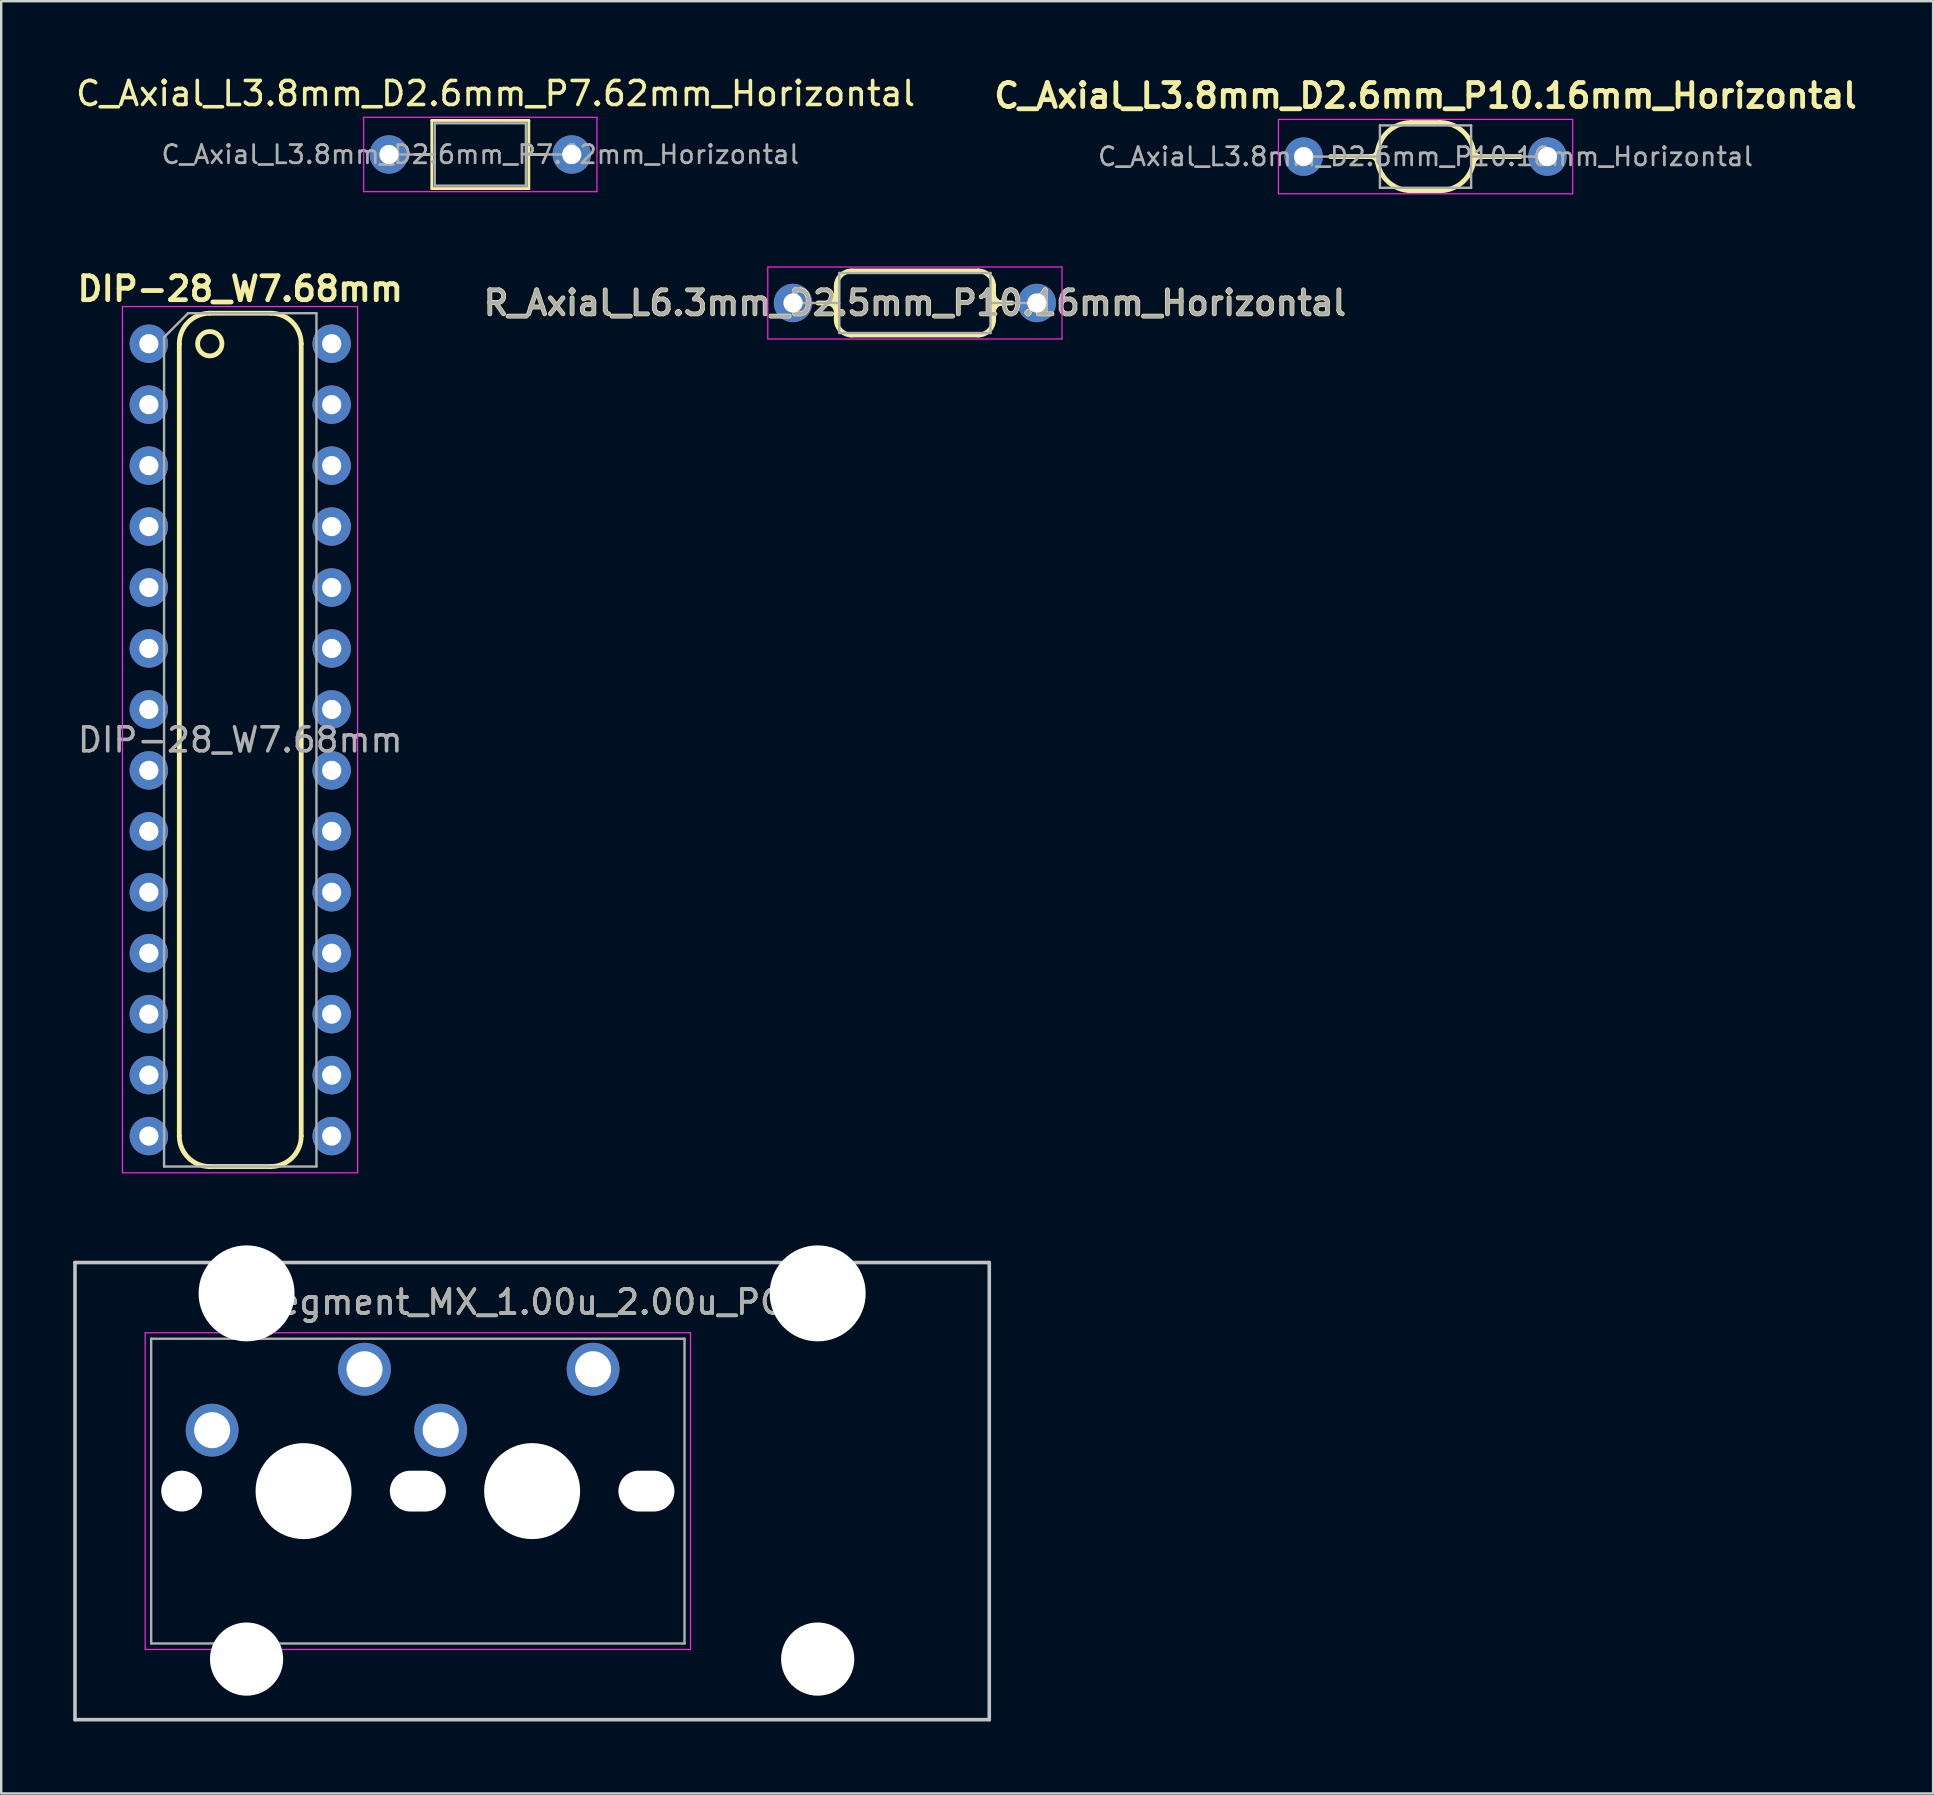
<source format=kicad_pcb>
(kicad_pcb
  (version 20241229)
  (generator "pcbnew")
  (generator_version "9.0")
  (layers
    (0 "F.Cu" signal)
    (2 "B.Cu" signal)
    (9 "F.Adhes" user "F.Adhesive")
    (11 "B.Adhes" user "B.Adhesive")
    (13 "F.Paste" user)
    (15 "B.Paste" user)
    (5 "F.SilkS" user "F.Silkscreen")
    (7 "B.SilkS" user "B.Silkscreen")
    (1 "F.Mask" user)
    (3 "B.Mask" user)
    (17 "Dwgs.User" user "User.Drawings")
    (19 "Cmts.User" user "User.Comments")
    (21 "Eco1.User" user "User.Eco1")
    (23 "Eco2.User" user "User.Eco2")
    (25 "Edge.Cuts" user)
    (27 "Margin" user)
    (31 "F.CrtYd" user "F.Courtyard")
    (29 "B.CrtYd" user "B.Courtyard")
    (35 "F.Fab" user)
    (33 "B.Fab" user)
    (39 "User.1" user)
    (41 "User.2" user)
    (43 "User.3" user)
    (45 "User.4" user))
  (footprint "DIP-28_W7.68mm"
    (layer "F.Cu")
    (at 3.152 11.273)
    (property "Reference" "DIP-28_W7.68mm" (at 3.81 -2.286 0) (unlocked yes) (layer "F.SilkS") (effects (font (size 1 1) (thickness 0.2))))
    (attr through_hole)
    (fp_line (start 1.27 33.02) (end 1.27 0) (stroke (width 0.2) (type solid)) (layer "F.SilkS"))
    (fp_line (start 2.54 -1.27) (end 5.08 -1.27) (stroke (width 0.2) (type solid)) (layer "F.SilkS"))
    (fp_line (start 5.08 34.29) (end 2.54 34.29) (stroke (width 0.2) (type solid)) (layer "F.SilkS"))
    (fp_line (start 6.35 0) (end 6.35 33.02) (stroke (width 0.2) (type solid)) (layer "F.SilkS"))
    (fp_arc (start 1.27 0) (mid 1.641974 -0.898026) (end 2.54 -1.27) (stroke (width 0.2) (type solid)) (layer "F.SilkS"))
    (fp_arc (start 2.54 34.29) (mid 1.641974 33.918026) (end 1.27 33.02) (stroke (width 0.2) (type solid)) (layer "F.SilkS"))
    (fp_arc (start 5.08 -1.27) (mid 5.978026 -0.898026) (end 6.35 0) (stroke (width 0.2) (type solid)) (layer "F.SilkS"))
    (fp_arc (start 6.35 33.02) (mid 5.978026 33.918026) (end 5.08 34.29) (stroke (width 0.2) (type solid)) (layer "F.SilkS"))
    (fp_circle (center 2.54 0) (end 2.54 -0.508) (stroke (width 0.2) (type solid)) (fill no) (layer "F.SilkS"))
    (fp_line (start -1.1 -1.55) (end -1.1 34.55) (stroke (width 0.05) (type solid)) (layer "F.CrtYd"))
    (fp_line (start -1.1 34.55) (end 8.7 34.55) (stroke (width 0.05) (type solid)) (layer "F.CrtYd"))
    (fp_line (start 8.7 -1.55) (end -1.1 -1.55) (stroke (width 0.05) (type solid)) (layer "F.CrtYd"))
    (fp_line (start 8.7 34.55) (end 8.7 -1.55) (stroke (width 0.05) (type solid)) (layer "F.CrtYd"))
    (fp_line (start 0.635 -0.27) (end 1.635 -1.27) (stroke (width 0.1) (type solid)) (layer "F.Fab"))
    (fp_line (start 0.635 34.29) (end 0.635 -0.27) (stroke (width 0.1) (type solid)) (layer "F.Fab"))
    (fp_line (start 1.635 -1.27) (end 6.985 -1.27) (stroke (width 0.1) (type solid)) (layer "F.Fab"))
    (fp_line (start 6.985 -1.27) (end 6.985 34.29) (stroke (width 0.1) (type solid)) (layer "F.Fab"))
    (fp_line (start 6.985 34.29) (end 0.635 34.29) (stroke (width 0.1) (type solid)) (layer "F.Fab"))
    (fp_text user "${REFERENCE}" (at 3.81 16.51 0) (layer "F.Fab") (effects (font (size 1 1) (thickness 0.15))))
    (pad "1" thru_hole circle (at 0 0) (size 1.6 1.6) (drill 0.8) (layers "*.Cu" "*.Mask"))
    (pad "2" thru_hole oval (at 0 2.54) (size 1.6 1.6) (drill 0.8) (layers "*.Cu" "*.Mask"))
    (pad "3" thru_hole oval (at 0 5.08) (size 1.6 1.6) (drill 0.8) (layers "*.Cu" "*.Mask"))
    (pad "4" thru_hole oval (at 0 7.62) (size 1.6 1.6) (drill 0.8) (layers "*.Cu" "*.Mask"))
    (pad "5" thru_hole oval (at 0 10.16) (size 1.6 1.6) (drill 0.8) (layers "*.Cu" "*.Mask"))
    (pad "6" thru_hole oval (at 0 12.7) (size 1.6 1.6) (drill 0.8) (layers "*.Cu" "*.Mask"))
    (pad "7" thru_hole oval (at 0 15.24) (size 1.6 1.6) (drill 0.8) (layers "*.Cu" "*.Mask"))
    (pad "8" thru_hole oval (at 0 17.78) (size 1.6 1.6) (drill 0.8) (layers "*.Cu" "*.Mask"))
    (pad "9" thru_hole oval (at 0 20.32) (size 1.6 1.6) (drill 0.8) (layers "*.Cu" "*.Mask"))
    (pad "10" thru_hole oval (at 0 22.86) (size 1.6 1.6) (drill 0.8) (layers "*.Cu" "*.Mask"))
    (pad "11" thru_hole oval (at 0 25.4) (size 1.6 1.6) (drill 0.8) (layers "*.Cu" "*.Mask"))
    (pad "12" thru_hole oval (at 0 27.94) (size 1.6 1.6) (drill 0.8) (layers "*.Cu" "*.Mask"))
    (pad "13" thru_hole oval (at 0 30.48) (size 1.6 1.6) (drill 0.8) (layers "*.Cu" "*.Mask"))
    (pad "14" thru_hole oval (at 0 33.02) (size 1.6 1.6) (drill 0.8) (layers "*.Cu" "*.Mask"))
    (pad "15" thru_hole oval (at 7.62 33.02) (size 1.6 1.6) (drill 0.8) (layers "*.Cu" "*.Mask"))
    (pad "16" thru_hole oval (at 7.62 30.48) (size 1.6 1.6) (drill 0.8) (layers "*.Cu" "*.Mask"))
    (pad "17" thru_hole oval (at 7.62 27.94) (size 1.6 1.6) (drill 0.8) (layers "*.Cu" "*.Mask"))
    (pad "18" thru_hole oval (at 7.62 25.4) (size 1.6 1.6) (drill 0.8) (layers "*.Cu" "*.Mask"))
    (pad "19" thru_hole oval (at 7.62 22.86) (size 1.6 1.6) (drill 0.8) (layers "*.Cu" "*.Mask"))
    (pad "20" thru_hole oval (at 7.62 20.32) (size 1.6 1.6) (drill 0.8) (layers "*.Cu" "*.Mask"))
    (pad "21" thru_hole oval (at 7.62 17.78) (size 1.6 1.6) (drill 0.8) (layers "*.Cu" "*.Mask"))
    (pad "22" thru_hole oval (at 7.62 15.24) (size 1.6 1.6) (drill 0.8) (layers "*.Cu" "*.Mask"))
    (pad "23" thru_hole oval (at 7.62 12.7) (size 1.6 1.6) (drill 0.8) (layers "*.Cu" "*.Mask"))
    (pad "24" thru_hole oval (at 7.62 10.16) (size 1.6 1.6) (drill 0.8) (layers "*.Cu" "*.Mask"))
    (pad "25" thru_hole oval (at 7.62 7.62) (size 1.6 1.6) (drill 0.8) (layers "*.Cu" "*.Mask"))
    (pad "26" thru_hole oval (at 7.62 5.08) (size 1.6 1.6) (drill 0.8) (layers "*.Cu" "*.Mask"))
    (pad "27" thru_hole oval (at 7.62 2.54) (size 1.6 1.6) (drill 0.8) (layers "*.Cu" "*.Mask"))
    (pad "28" thru_hole oval (at 7.62 0) (size 1.6 1.6) (drill 0.8) (layers "*.Cu" "*.Mask")))
  (footprint "C_Axial_L3.8mm_D2.6mm_P7.62mm_Horizontal"
    (layer "F.Cu")
    (at 16.966 3.388)
    (property "Reference" "C_Axial_L3.8mm_D2.6mm_P7.62mm_Horizontal" (at 0.635 -2.54 0) (layer "F.SilkS") (effects (font (size 1 1) (thickness 0.15))))
    (attr through_hole)
    (fp_line (start -2.71 0) (end -2.02 0) (stroke (width 0.12) (type solid)) (layer "F.SilkS"))
    (fp_line (start -2.02 -1.42) (end -2.02 1.42) (stroke (width 0.12) (type solid)) (layer "F.SilkS"))
    (fp_line (start -2.02 1.42) (end 2.02 1.42) (stroke (width 0.12) (type solid)) (layer "F.SilkS"))
    (fp_line (start 2.02 -1.42) (end -2.02 -1.42) (stroke (width 0.12) (type solid)) (layer "F.SilkS"))
    (fp_line (start 2.02 1.42) (end 2.02 -1.42) (stroke (width 0.12) (type solid)) (layer "F.SilkS"))
    (fp_line (start 2.71 0) (end 2.02 0) (stroke (width 0.12) (type solid)) (layer "F.SilkS"))
    (fp_line (start -4.86 -1.55) (end -4.86 1.55) (stroke (width 0.05) (type solid)) (layer "F.CrtYd"))
    (fp_line (start -4.86 1.55) (end 4.86 1.55) (stroke (width 0.05) (type solid)) (layer "F.CrtYd"))
    (fp_line (start 4.86 -1.55) (end -4.86 -1.55) (stroke (width 0.05) (type solid)) (layer "F.CrtYd"))
    (fp_line (start 4.86 1.55) (end 4.86 -1.55) (stroke (width 0.05) (type solid)) (layer "F.CrtYd"))
    (fp_line (start -3.75 0) (end -1.9 0) (stroke (width 0.1) (type solid)) (layer "F.Fab"))
    (fp_line (start -1.9 -1.3) (end -1.9 1.3) (stroke (width 0.1) (type solid)) (layer "F.Fab"))
    (fp_line (start -1.9 1.3) (end 1.9 1.3) (stroke (width 0.1) (type solid)) (layer "F.Fab"))
    (fp_line (start 1.9 -1.3) (end -1.9 -1.3) (stroke (width 0.1) (type solid)) (layer "F.Fab"))
    (fp_line (start 1.9 1.3) (end 1.9 -1.3) (stroke (width 0.1) (type solid)) (layer "F.Fab"))
    (fp_line (start 3.75 0) (end 1.9 0) (stroke (width 0.1) (type solid)) (layer "F.Fab"))
    (fp_text user "${REFERENCE}" (at 0 0 0) (layer "F.Fab") (effects (font (size 0.76 0.76) (thickness 0.114))))
    (pad "1" thru_hole circle (at -3.81 0) (size 1.6 1.6) (drill 0.8) (layers "*.Cu" "*.Mask"))
    (pad "2" thru_hole oval (at 3.81 0) (size 1.6 1.6) (drill 0.8) (layers "*.Cu" "*.Mask")))
  (footprint "R_Axial_L6.3mm_D2.5mm_P10.16mm_Horizontal"
    (layer "F.Cu")
    (at 29.996 9.576)
    (property "Reference" "R_Axial_L6.3mm_D2.5mm_P10.16mm_Horizontal" (at 5.08 0 0) (unlocked yes) (layer "F.SilkS") (effects (font (size 1 1) (thickness 0.2))))
    (attr through_hole)
    (fp_line (start 1.04 0) (end 1.803 0) (stroke (width 0.2) (type solid)) (layer "F.SilkS"))
    (fp_line (start 1.803 -0.7) (end 1.803 0.7) (stroke (width 0.2) (type solid)) (layer "F.SilkS"))
    (fp_line (start 2.438 1.335) (end 7.722 1.335) (stroke (width 0.2) (type solid)) (layer "F.SilkS"))
    (fp_line (start 7.722 -1.335) (end 2.438 -1.335) (stroke (width 0.2) (type solid)) (layer "F.SilkS"))
    (fp_line (start 8.357 -0.733) (end 8.357 0.737) (stroke (width 0.2) (type solid)) (layer "F.SilkS"))
    (fp_line (start 8.357 0.7) (end 8.357 -0.7) (stroke (width 0.2) (type solid)) (layer "F.SilkS"))
    (fp_line (start 9.12 0) (end 8.382 0) (stroke (width 0.2) (type solid)) (layer "F.SilkS"))
    (fp_arc (start 1.4217 0) (mid 1.691108 0.111592) (end 1.8027 0.381) (stroke (width 0.2) (type solid)) (layer "F.SilkS"))
    (fp_arc (start 1.549402 0) (mid 1.729007 0.074395) (end 1.803402 0.254) (stroke (width 0.2) (type solid)) (layer "F.SilkS"))
    (fp_arc (start 1.8027 -0.7) (mid 1.988687 -1.149013) (end 2.4377 -1.335) (stroke (width 0.2) (type solid)) (layer "F.SilkS"))
    (fp_arc (start 1.8027 -0.381) (mid 1.691108 -0.111592) (end 1.4217 0) (stroke (width 0.2) (type solid)) (layer "F.SilkS"))
    (fp_arc (start 1.8034 -0.254) (mid 1.729005 -0.074395) (end 1.5494 0) (stroke (width 0.2) (type solid)) (layer "F.SilkS"))
    (fp_arc (start 2.4377 1.335) (mid 1.988687 1.149013) (end 1.8027 0.7) (stroke (width 0.2) (type solid)) (layer "F.SilkS"))
    (fp_arc (start 7.7216 -1.335) (mid 8.170613 -1.149013) (end 8.3566 -0.7) (stroke (width 0.2) (type solid)) (layer "F.SilkS"))
    (fp_arc (start 8.3566 0.254) (mid 8.430995 0.074395) (end 8.6106 0) (stroke (width 0.2) (type solid)) (layer "F.SilkS"))
    (fp_arc (start 8.3566 0.381) (mid 8.468192 0.111592) (end 8.7376 0) (stroke (width 0.2) (type solid)) (layer "F.SilkS"))
    (fp_arc (start 8.3566 0.7) (mid 8.170613 1.149013) (end 7.7216 1.335) (stroke (width 0.2) (type solid)) (layer "F.SilkS"))
    (fp_arc (start 8.610598 0) (mid 8.430993 -0.074395) (end 8.356598 -0.254) (stroke (width 0.2) (type solid)) (layer "F.SilkS"))
    (fp_arc (start 8.7376 0) (mid 8.468192 -0.111592) (end 8.3566 -0.381) (stroke (width 0.2) (type solid)) (layer "F.SilkS"))
    (fp_line (start -1.05 -1.5) (end -1.05 1.5) (stroke (width 0.05) (type solid)) (layer "F.CrtYd"))
    (fp_line (start -1.05 1.5) (end 11.21 1.5) (stroke (width 0.05) (type solid)) (layer "F.CrtYd"))
    (fp_line (start 11.21 -1.5) (end -1.05 -1.5) (stroke (width 0.05) (type solid)) (layer "F.CrtYd"))
    (fp_line (start 11.21 1.5) (end 11.21 -1.5) (stroke (width 0.05) (type solid)) (layer "F.CrtYd"))
    (fp_line (start 0 0) (end 1.93 0) (stroke (width 0.1) (type solid)) (layer "F.Fab"))
    (fp_line (start 1.93 -1.25) (end 1.93 1.25) (stroke (width 0.1) (type solid)) (layer "F.Fab"))
    (fp_line (start 1.93 1.25) (end 8.23 1.25) (stroke (width 0.1) (type solid)) (layer "F.Fab"))
    (fp_line (start 8.23 -1.25) (end 1.93 -1.25) (stroke (width 0.1) (type solid)) (layer "F.Fab"))
    (fp_line (start 8.23 1.25) (end 8.23 -1.25) (stroke (width 0.1) (type solid)) (layer "F.Fab"))
    (fp_line (start 10.16 0) (end 8.23 0) (stroke (width 0.1) (type solid)) (layer "F.Fab"))
    (fp_text user "${REFERENCE}" (at 5.08 0 0) (layer "F.Fab") (effects (font (size 1 1) (thickness 0.15))))
    (pad "1" thru_hole circle (at 0 0) (size 1.6 1.6) (drill 0.8) (layers "*.Cu" "*.Mask"))
    (pad "2" thru_hole oval (at 10.16 0) (size 1.6 1.6) (drill 0.8) (layers "*.Cu" "*.Mask")))
  (footprint "C_Axial_L3.8mm_D2.6mm_P10.16mm_Horizontal"
    (layer "F.Cu")
    (at 56.355 3.476)
    (property "Reference" "C_Axial_L3.8mm_D2.6mm_P10.16mm_Horizontal" (at 0 -2.54 0) (layer "F.SilkS") (effects (font (size 1 1) (thickness 0.2))))
    (attr through_hole)
    (fp_line (start -3.96 0) (end -2.02 0) (stroke (width 0.2) (type solid)) (layer "F.SilkS"))
    (fp_line (start -0.6 -1.42) (end 0.6 -1.42) (stroke (width 0.2) (type solid)) (layer "F.SilkS"))
    (fp_line (start -0.6 1.42) (end 0.6 1.42) (stroke (width 0.2) (type solid)) (layer "F.SilkS"))
    (fp_line (start 3.96 0) (end 2.02 0) (stroke (width 0.2) (type solid)) (layer "F.SilkS"))
    (fp_arc (start -2.286 0) (mid -2.102495 0.064633) (end -2 0.23) (stroke (width 0.2) (type solid)) (layer "F.SilkS"))
    (fp_arc (start -2.02 0) (mid -1.604092 -1.004092) (end -0.6 -1.42) (stroke (width 0.2) (type solid)) (layer "F.SilkS"))
    (fp_arc (start -2 -0.23) (mid -2.102514 -0.064656) (end -2.286 0) (stroke (width 0.2) (type solid)) (layer "F.SilkS"))
    (fp_arc (start -0.6 1.42) (mid -1.604092 1.004092) (end -2.02 0) (stroke (width 0.2) (type solid)) (layer "F.SilkS"))
    (fp_arc (start 0.6 -1.42) (mid 1.604092 -1.004092) (end 2.02 0) (stroke (width 0.2) (type solid)) (layer "F.SilkS"))
    (fp_arc (start 2 0.23) (mid 2.102514 0.064656) (end 2.286 0) (stroke (width 0.2) (type solid)) (layer "F.SilkS"))
    (fp_arc (start 2.02 0) (mid 1.604092 1.004092) (end 0.6 1.42) (stroke (width 0.2) (type solid)) (layer "F.SilkS"))
    (fp_arc (start 2.286 0) (mid 2.102495 -0.064633) (end 2 -0.23) (stroke (width 0.2) (type solid)) (layer "F.SilkS"))
    (fp_line (start -6.13 -1.55) (end -6.13 1.55) (stroke (width 0.05) (type solid)) (layer "F.CrtYd"))
    (fp_line (start -6.13 1.55) (end 6.13 1.55) (stroke (width 0.05) (type solid)) (layer "F.CrtYd"))
    (fp_line (start 6.13 -1.55) (end -6.13 -1.55) (stroke (width 0.05) (type solid)) (layer "F.CrtYd"))
    (fp_line (start 6.13 1.55) (end 6.13 -1.55) (stroke (width 0.05) (type solid)) (layer "F.CrtYd"))
    (fp_line (start -5 0) (end -1.9 0) (stroke (width 0.1) (type solid)) (layer "F.Fab"))
    (fp_line (start -1.9 -1.3) (end -1.9 1.3) (stroke (width 0.1) (type solid)) (layer "F.Fab"))
    (fp_line (start -1.9 1.3) (end 1.9 1.3) (stroke (width 0.1) (type solid)) (layer "F.Fab"))
    (fp_line (start 1.9 -1.3) (end -1.9 -1.3) (stroke (width 0.1) (type solid)) (layer "F.Fab"))
    (fp_line (start 1.9 1.3) (end 1.9 -1.3) (stroke (width 0.1) (type solid)) (layer "F.Fab"))
    (fp_line (start 5 0) (end 1.9 0) (stroke (width 0.1) (type solid)) (layer "F.Fab"))
    (fp_text user "${REFERENCE}" (at 0 0 0) (layer "F.Fab") (effects (font (size 0.76 0.76) (thickness 0.114))))
    (pad "1" thru_hole circle (at -5.08 0) (size 1.6 1.6) (drill 0.8) (layers "*.Cu" "*.Mask"))
    (pad "2" thru_hole oval (at 5.08 0) (size 1.6 1.6) (drill 0.8) (layers "*.Cu" "*.Mask")))
  (footprint "Segment_MX_1.00u_2.00u_PCB"
    (layer "F.Cu")
    (at 9.6 59.088)
    (property "Reference" "Segment_MX_1.00u_2.00u_PCB" (at 9.525 -7.874 0) (layer "F.SilkS") (effects (font (size 1 1) (thickness 0.15))))
    (attr through_hole)
    (fp_line (start -9.525 -9.525) (end 28.575 -9.525) (stroke (width 0.15) (type solid)) (layer "Dwgs.User"))
    (fp_line (start -9.525 9.525) (end -9.525 -9.525) (stroke (width 0.15) (type solid)) (layer "Dwgs.User"))
    (fp_line (start 28.575 -9.525) (end 28.575 9.525) (stroke (width 0.15) (type solid)) (layer "Dwgs.User"))
    (fp_line (start 28.575 9.525) (end -9.525 9.525) (stroke (width 0.15) (type solid)) (layer "Dwgs.User"))
    (fp_line (start -6.6 6.6) (end -6.6 -6.6) (stroke (width 0.05) (type solid)) (layer "F.CrtYd"))
    (fp_line (start -6.6 6.6) (end 16.125 6.6) (stroke (width 0.05) (type solid)) (layer "F.CrtYd"))
    (fp_line (start 16.125 -6.6) (end -6.6 -6.6) (stroke (width 0.05) (type solid)) (layer "F.CrtYd"))
    (fp_line (start 16.125 -6.6) (end 16.125 6.6) (stroke (width 0.05) (type solid)) (layer "F.CrtYd"))
    (fp_line (start -6.35 6.35) (end -6.35 -6.35) (stroke (width 0.1) (type solid)) (layer "F.Fab"))
    (fp_line (start -6.35 6.35) (end 15.875 6.35) (stroke (width 0.1) (type solid)) (layer "F.Fab"))
    (fp_line (start 15.875 -6.35) (end -6.35 -6.35) (stroke (width 0.1) (type solid)) (layer "F.Fab"))
    (fp_line (start 15.875 -6.35) (end 15.875 6.35) (stroke (width 0.1) (type solid)) (layer "F.Fab"))
    (fp_text user "${REFERENCE}" (at 9.525 -7.874 0) (layer "F.Fab") (effects (font (size 1 1) (thickness 0.15))))
    (pad "" np_thru_hole circle (at -5.08 0) (size 1.7 1.7) (drill 1.7) (layers "*.Cu" "*.Mask"))
    (pad "" np_thru_hole circle (at -2.375 -8.24 180) (size 4 4) (drill 4) (layers "*.Cu" "*.Mask"))
    (pad "" np_thru_hole circle (at -2.375 7 180) (size 3.05 3.05) (drill 3.05) (layers "*.Cu" "*.Mask"))
    (pad "" np_thru_hole circle (at 0 0) (size 4 4) (drill 4) (layers "*.Cu" "*.Mask"))
    (pad "" np_thru_hole oval (at 4.763 0) (size 2.335 1.7) (drill oval 2.335 1.7) (layers "*.Cu" "*.Mask"))
    (pad "" np_thru_hole circle (at 9.525 0) (size 4 4) (drill 4) (layers "*.Cu" "*.Mask"))
    (pad "" np_thru_hole oval (at 14.287 0) (size 2.335 1.7) (drill oval 2.335 1.7) (layers "*.Cu" "*.Mask"))
    (pad "" np_thru_hole circle (at 21.425 -8.24 180) (size 4 4) (drill 4) (layers "*.Cu" "*.Mask"))
    (pad "" np_thru_hole circle (at 21.425 7 180) (size 3.05 3.05) (drill 3.05) (layers "*.Cu" "*.Mask"))
    (pad "1" thru_hole circle (at -3.81 -2.54) (size 2.2 2.2) (drill 1.5) (layers "*.Cu" "*.Mask"))
    (pad "1" thru_hole circle (at 5.715 -2.54) (size 2.2 2.2) (drill 1.5) (layers "*.Cu" "*.Mask"))
    (pad "2" thru_hole circle (at 2.54 -5.08) (size 2.2 2.2) (drill 1.5) (layers "*.Cu" "*.Mask"))
    (pad "2" thru_hole circle (at 12.065 -5.08) (size 2.2 2.2) (drill 1.5) (layers "*.Cu" "*.Mask")))
  (gr_rect
    (start -3 -3)
    (end 77.507 71.688)
    (stroke (width 0.1) (type default))
    (fill no)
    (layer "Edge.Cuts")))
</source>
